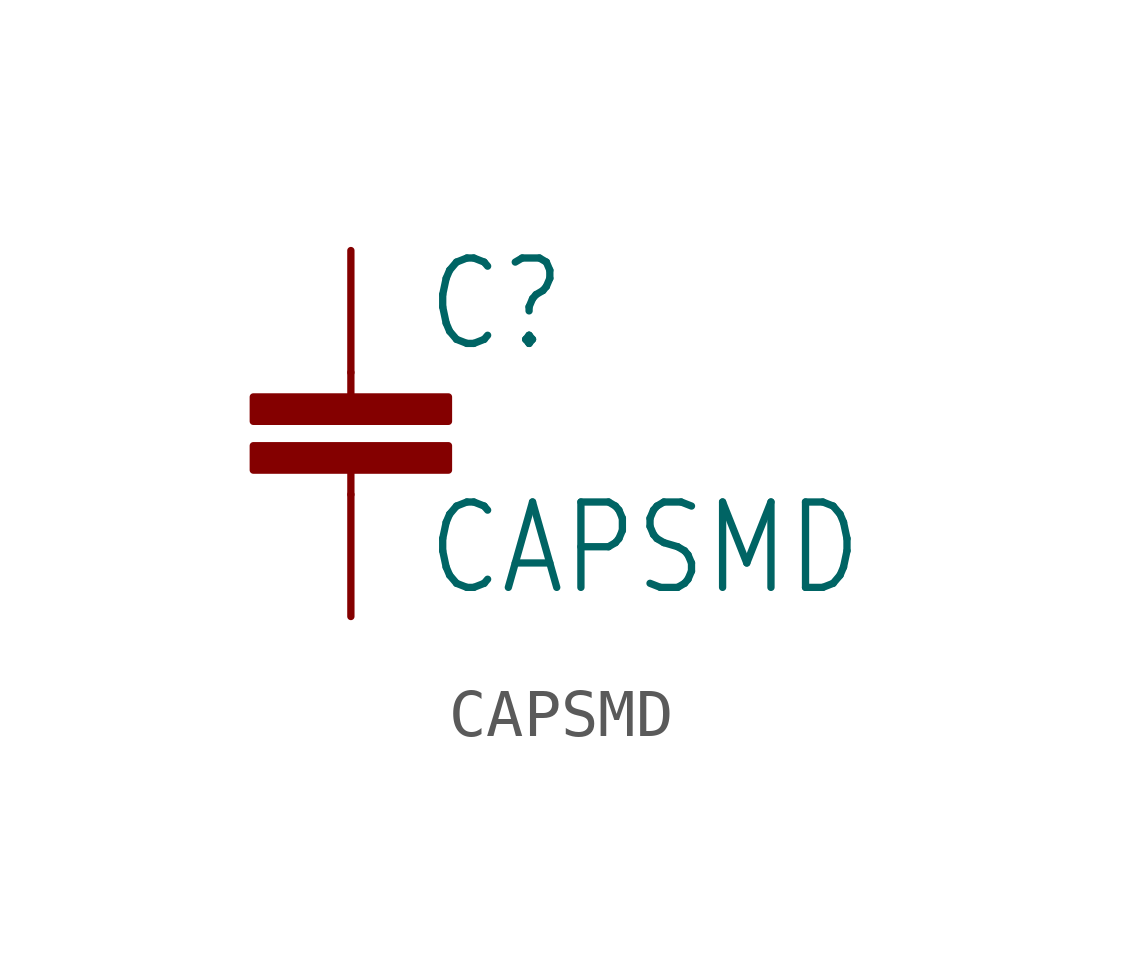
<source format=kicad_sym>
(kicad_symbol_lib
  (version 20220914)
  (generator kicad_symbol_editor)
  (symbol "CAPSMD"
    (property "Reference" "C"
      (at 1.524 2.921 0)
      (effects (font (size 1.778 1.511)) (justify left bottom)))
    (property "Value" "CAPSMD"
      (at 1.524 -2.159 0)
      (effects (font (size 1.778 1.511)) (justify left bottom)))
    (property "ki_locked" ""
      (at 0 0 0)
      (effects (font (size 1.27 1.27))))
    (symbol "CAPSMD_1_0"
      (rectangle (start -2.032 0.508) (end 2.032 1.016) (stroke (width 0) (type default)) (fill (type outline)))
      (rectangle (start -2.032 1.524) (end 2.032 2.032) (stroke (width 0) (type default)) (fill (type outline)))
      (polyline (pts (xy 0 0) (xy 0 0.508)) (stroke (width 0.152) (type default)) (fill (type none)))
      (polyline (pts (xy 0 2.54) (xy 0 2.032)) (stroke (width 0.152) (type default)) (fill (type none)))
      (pin passive line (at 0 5.08 270) (length 2.54) (name "1" (effects (font (size 0 0)))) (number "A" (effects (font (size 0 0)))))
      (pin passive line (at 0 -2.54 90) (length 2.54) (name "2" (effects (font (size 0 0)))) (number "C" (effects (font (size 0 0))))))))
</source>
